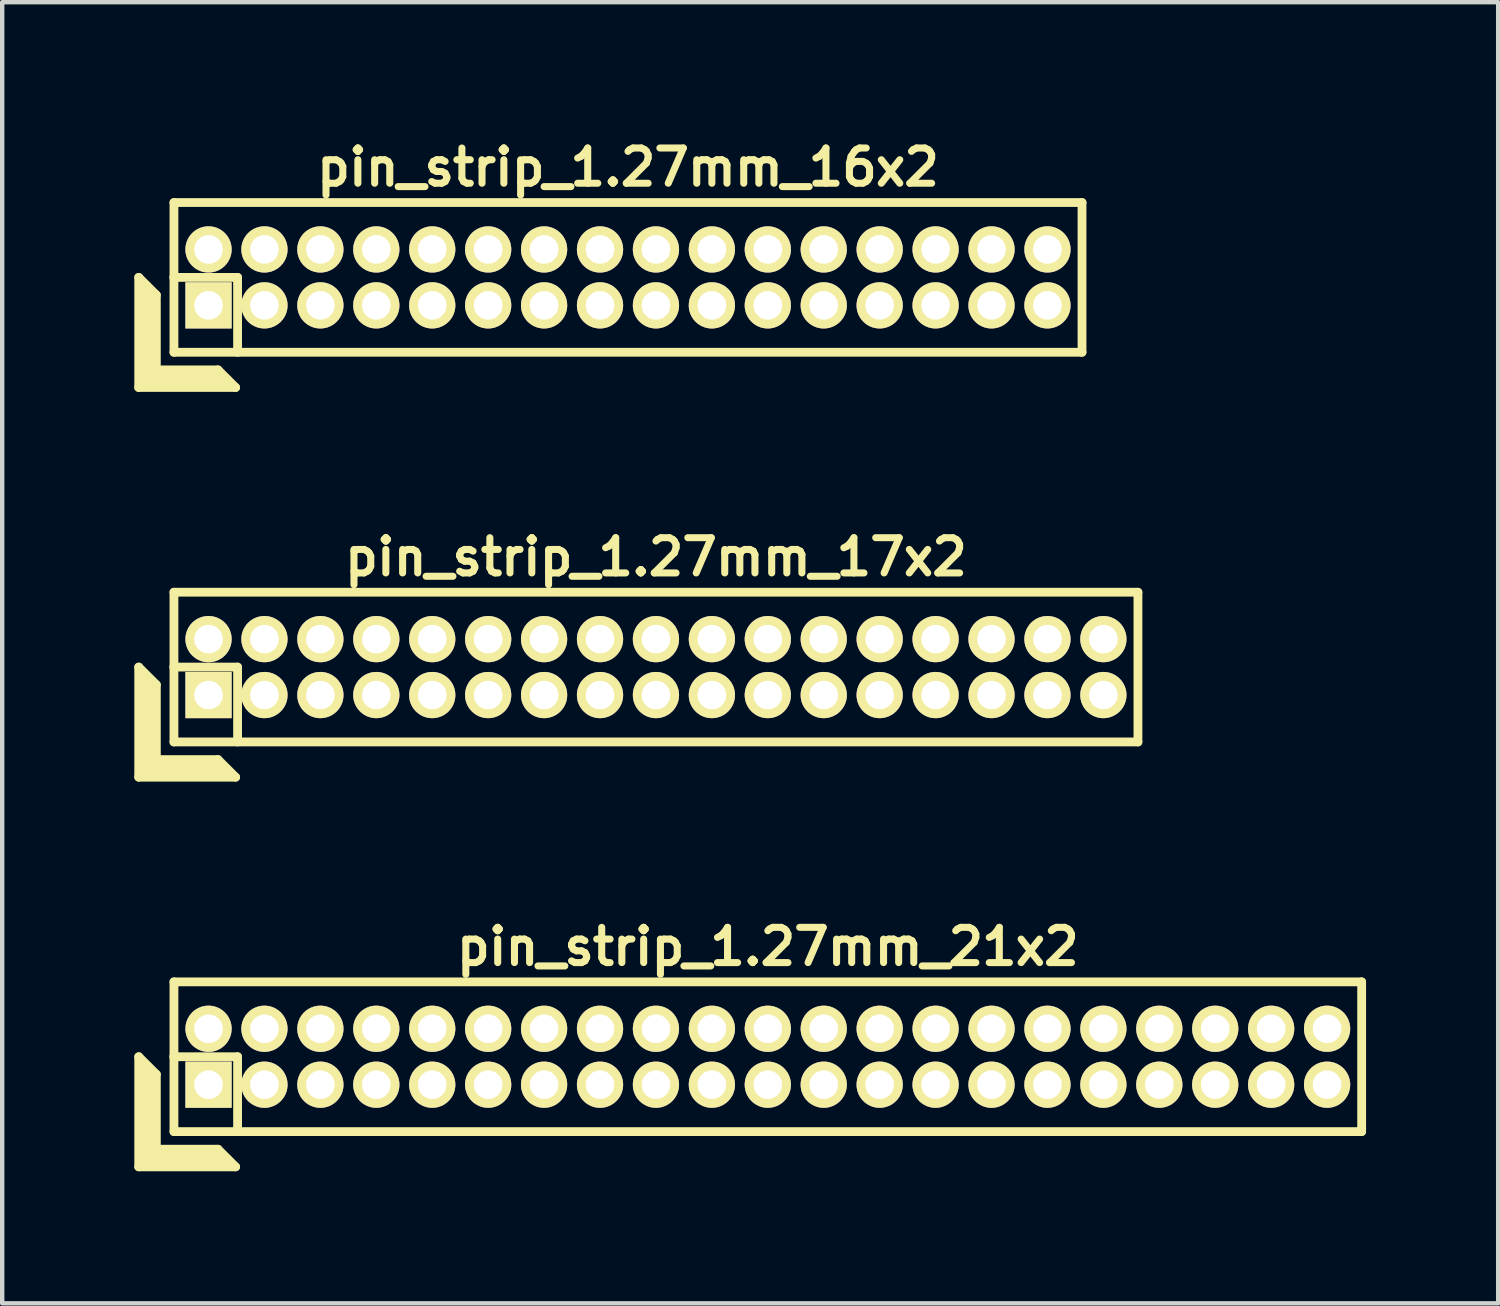
<source format=kicad_pcb>
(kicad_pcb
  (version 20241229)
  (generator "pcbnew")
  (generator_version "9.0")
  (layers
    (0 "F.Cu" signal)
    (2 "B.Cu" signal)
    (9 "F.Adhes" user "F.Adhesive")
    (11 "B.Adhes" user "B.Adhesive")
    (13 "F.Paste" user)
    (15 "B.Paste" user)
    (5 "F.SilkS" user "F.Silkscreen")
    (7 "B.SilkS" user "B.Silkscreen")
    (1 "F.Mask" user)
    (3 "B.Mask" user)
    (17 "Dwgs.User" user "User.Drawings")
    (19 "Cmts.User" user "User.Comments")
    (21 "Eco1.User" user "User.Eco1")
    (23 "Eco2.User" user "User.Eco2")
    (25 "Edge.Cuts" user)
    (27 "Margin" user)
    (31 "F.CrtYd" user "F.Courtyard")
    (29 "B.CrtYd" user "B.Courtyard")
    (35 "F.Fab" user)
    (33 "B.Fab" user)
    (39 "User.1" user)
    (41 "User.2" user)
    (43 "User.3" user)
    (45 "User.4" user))
  (footprint "pin_strip_1.27mm_21x2"
    (layer "F.Cu")
    (at 14.385 20.946)
    (property "Reference" "pin_strip_1.27mm_21x2" (at 0 -2.5 0) (layer "F.SilkS") (effects (font (size 0.8 0.8) (thickness 0.16))))
    (attr through_hole)
    (fp_line (start -14.285 0) (end -14.285 2.5) (stroke (width 0.2) (type solid)) (layer "F.SilkS"))
    (fp_line (start -14.285 0) (end -13.885 0.4) (stroke (width 0.2) (type solid)) (layer "F.SilkS"))
    (fp_line (start -14.285 2.5) (end -12.085 2.5) (stroke (width 0.2) (type solid)) (layer "F.SilkS"))
    (fp_line (start -14.185 2.4) (end -14.185 0.2) (stroke (width 0.2) (type solid)) (layer "F.SilkS"))
    (fp_line (start -14.185 2.4) (end -12.285 2.4) (stroke (width 0.2) (type solid)) (layer "F.SilkS"))
    (fp_line (start -14.085 2.3) (end -14.085 0.3) (stroke (width 0.2) (type solid)) (layer "F.SilkS"))
    (fp_line (start -14.085 2.3) (end -12.385 2.3) (stroke (width 0.2) (type solid)) (layer "F.SilkS"))
    (fp_line (start -13.985 2.2) (end -13.985 0.4) (stroke (width 0.2) (type solid)) (layer "F.SilkS"))
    (fp_line (start -13.985 2.2) (end -12.485 2.2) (stroke (width 0.2) (type solid)) (layer "F.SilkS"))
    (fp_line (start -13.885 2.1) (end -13.885 0.4) (stroke (width 0.2) (type solid)) (layer "F.SilkS"))
    (fp_line (start -13.885 2.1) (end -12.485 2.1) (stroke (width 0.2) (type solid)) (layer "F.SilkS"))
    (fp_line (start -13.49 0) (end -12.04 0) (stroke (width 0.2) (type solid)) (layer "F.SilkS"))
    (fp_line (start -13.485 -1.7) (end 13.485 -1.7) (stroke (width 0.2) (type solid)) (layer "F.SilkS"))
    (fp_line (start -13.485 1.7) (end -13.485 -1.7) (stroke (width 0.2) (type solid)) (layer "F.SilkS"))
    (fp_line (start -12.485 2.1) (end -12.085 2.5) (stroke (width 0.2) (type solid)) (layer "F.SilkS"))
    (fp_line (start -12.04 0) (end -12.04 1.7) (stroke (width 0.2) (type solid)) (layer "F.SilkS"))
    (fp_line (start 13.485 -1.7) (end 13.485 1.7) (stroke (width 0.2) (type solid)) (layer "F.SilkS"))
    (fp_line (start 13.485 1.7) (end -13.485 1.7) (stroke (width 0.2) (type solid)) (layer "F.SilkS"))
    (pad "1" thru_hole rect (at -12.7 0.635) (size 1.05 1.05) (drill 0.65) (layers "*.Cu" "*.Mask" "F.SilkS"))
    (pad "2" thru_hole oval (at -12.7 -0.635) (size 1.05 1.05) (drill 0.65) (layers "*.Cu" "*.Mask" "F.SilkS"))
    (pad "3" thru_hole oval (at -11.43 0.635) (size 1.05 1.05) (drill 0.65) (layers "*.Cu" "*.Mask" "F.SilkS"))
    (pad "4" thru_hole oval (at -11.43 -0.635) (size 1.05 1.05) (drill 0.65) (layers "*.Cu" "*.Mask" "F.SilkS"))
    (pad "5" thru_hole oval (at -10.16 0.635) (size 1.05 1.05) (drill 0.65) (layers "*.Cu" "*.Mask" "F.SilkS"))
    (pad "6" thru_hole oval (at -10.16 -0.635) (size 1.05 1.05) (drill 0.65) (layers "*.Cu" "*.Mask" "F.SilkS"))
    (pad "7" thru_hole oval (at -8.89 0.635) (size 1.05 1.05) (drill 0.65) (layers "*.Cu" "*.Mask" "F.SilkS"))
    (pad "8" thru_hole oval (at -8.89 -0.635) (size 1.05 1.05) (drill 0.65) (layers "*.Cu" "*.Mask" "F.SilkS"))
    (pad "9" thru_hole oval (at -7.62 0.635) (size 1.05 1.05) (drill 0.65) (layers "*.Cu" "*.Mask" "F.SilkS"))
    (pad "10" thru_hole oval (at -7.62 -0.635) (size 1.05 1.05) (drill 0.65) (layers "*.Cu" "*.Mask" "F.SilkS"))
    (pad "11" thru_hole oval (at -6.35 0.635) (size 1.05 1.05) (drill 0.65) (layers "*.Cu" "*.Mask" "F.SilkS"))
    (pad "12" thru_hole oval (at -6.35 -0.635) (size 1.05 1.05) (drill 0.65) (layers "*.Cu" "*.Mask" "F.SilkS"))
    (pad "13" thru_hole oval (at -5.08 0.635) (size 1.05 1.05) (drill 0.65) (layers "*.Cu" "*.Mask" "F.SilkS"))
    (pad "14" thru_hole oval (at -5.08 -0.635) (size 1.05 1.05) (drill 0.65) (layers "*.Cu" "*.Mask" "F.SilkS"))
    (pad "15" thru_hole oval (at -3.81 0.635) (size 1.05 1.05) (drill 0.65) (layers "*.Cu" "*.Mask" "F.SilkS"))
    (pad "16" thru_hole oval (at -3.81 -0.635) (size 1.05 1.05) (drill 0.65) (layers "*.Cu" "*.Mask" "F.SilkS"))
    (pad "17" thru_hole oval (at -2.54 0.635) (size 1.05 1.05) (drill 0.65) (layers "*.Cu" "*.Mask" "F.SilkS"))
    (pad "18" thru_hole oval (at -2.54 -0.635) (size 1.05 1.05) (drill 0.65) (layers "*.Cu" "*.Mask" "F.SilkS"))
    (pad "19" thru_hole oval (at -1.27 0.635) (size 1.05 1.05) (drill 0.65) (layers "*.Cu" "*.Mask" "F.SilkS"))
    (pad "20" thru_hole oval (at -1.27 -0.635) (size 1.05 1.05) (drill 0.65) (layers "*.Cu" "*.Mask" "F.SilkS"))
    (pad "21" thru_hole oval (at 0 0.635) (size 1.05 1.05) (drill 0.65) (layers "*.Cu" "*.Mask" "F.SilkS"))
    (pad "22" thru_hole oval (at 0 -0.635) (size 1.05 1.05) (drill 0.65) (layers "*.Cu" "*.Mask" "F.SilkS"))
    (pad "23" thru_hole oval (at 1.27 0.635) (size 1.05 1.05) (drill 0.65) (layers "*.Cu" "*.Mask" "F.SilkS"))
    (pad "24" thru_hole oval (at 1.27 -0.635) (size 1.05 1.05) (drill 0.65) (layers "*.Cu" "*.Mask" "F.SilkS"))
    (pad "25" thru_hole oval (at 2.54 0.635) (size 1.05 1.05) (drill 0.65) (layers "*.Cu" "*.Mask" "F.SilkS"))
    (pad "26" thru_hole oval (at 2.54 -0.635) (size 1.05 1.05) (drill 0.65) (layers "*.Cu" "*.Mask" "F.SilkS"))
    (pad "27" thru_hole oval (at 3.81 0.635) (size 1.05 1.05) (drill 0.65) (layers "*.Cu" "*.Mask" "F.SilkS"))
    (pad "28" thru_hole oval (at 3.81 -0.635) (size 1.05 1.05) (drill 0.65) (layers "*.Cu" "*.Mask" "F.SilkS"))
    (pad "29" thru_hole oval (at 5.08 0.635) (size 1.05 1.05) (drill 0.65) (layers "*.Cu" "*.Mask" "F.SilkS"))
    (pad "30" thru_hole oval (at 5.08 -0.635) (size 1.05 1.05) (drill 0.65) (layers "*.Cu" "*.Mask" "F.SilkS"))
    (pad "31" thru_hole oval (at 6.35 0.635) (size 1.05 1.05) (drill 0.65) (layers "*.Cu" "*.Mask" "F.SilkS"))
    (pad "32" thru_hole oval (at 6.35 -0.635) (size 1.05 1.05) (drill 0.65) (layers "*.Cu" "*.Mask" "F.SilkS"))
    (pad "33" thru_hole oval (at 7.62 0.635) (size 1.05 1.05) (drill 0.65) (layers "*.Cu" "*.Mask" "F.SilkS"))
    (pad "34" thru_hole oval (at 7.62 -0.635) (size 1.05 1.05) (drill 0.65) (layers "*.Cu" "*.Mask" "F.SilkS"))
    (pad "35" thru_hole oval (at 8.89 0.635) (size 1.05 1.05) (drill 0.65) (layers "*.Cu" "*.Mask" "F.SilkS"))
    (pad "36" thru_hole oval (at 8.89 -0.635) (size 1.05 1.05) (drill 0.65) (layers "*.Cu" "*.Mask" "F.SilkS"))
    (pad "37" thru_hole oval (at 10.16 0.635) (size 1.05 1.05) (drill 0.65) (layers "*.Cu" "*.Mask" "F.SilkS"))
    (pad "38" thru_hole oval (at 10.16 -0.635) (size 1.05 1.05) (drill 0.65) (layers "*.Cu" "*.Mask" "F.SilkS"))
    (pad "39" thru_hole oval (at 11.43 0.635) (size 1.05 1.05) (drill 0.65) (layers "*.Cu" "*.Mask" "F.SilkS"))
    (pad "40" thru_hole oval (at 11.43 -0.635) (size 1.05 1.05) (drill 0.65) (layers "*.Cu" "*.Mask" "F.SilkS"))
    (pad "41" thru_hole oval (at 12.7 0.635) (size 1.05 1.05) (drill 0.65) (layers "*.Cu" "*.Mask" "F.SilkS"))
    (pad "42" thru_hole oval (at 12.7 -0.635) (size 1.05 1.05) (drill 0.65) (layers "*.Cu" "*.Mask" "F.SilkS")))
  (footprint "pin_strip_1.27mm_17x2"
    (layer "F.Cu")
    (at 11.845 12.098)
    (property "Reference" "pin_strip_1.27mm_17x2" (at 0 -2.5 0) (layer "F.SilkS") (effects (font (size 0.8 0.8) (thickness 0.16))))
    (attr through_hole)
    (fp_line (start -11.745 0) (end -11.745 2.5) (stroke (width 0.2) (type solid)) (layer "F.SilkS"))
    (fp_line (start -11.745 0) (end -11.345 0.4) (stroke (width 0.2) (type solid)) (layer "F.SilkS"))
    (fp_line (start -11.745 2.5) (end -9.545 2.5) (stroke (width 0.2) (type solid)) (layer "F.SilkS"))
    (fp_line (start -11.645 2.4) (end -11.645 0.2) (stroke (width 0.2) (type solid)) (layer "F.SilkS"))
    (fp_line (start -11.645 2.4) (end -9.745 2.4) (stroke (width 0.2) (type solid)) (layer "F.SilkS"))
    (fp_line (start -11.545 2.3) (end -11.545 0.3) (stroke (width 0.2) (type solid)) (layer "F.SilkS"))
    (fp_line (start -11.545 2.3) (end -9.845 2.3) (stroke (width 0.2) (type solid)) (layer "F.SilkS"))
    (fp_line (start -11.445 2.2) (end -11.445 0.4) (stroke (width 0.2) (type solid)) (layer "F.SilkS"))
    (fp_line (start -11.445 2.2) (end -9.945 2.2) (stroke (width 0.2) (type solid)) (layer "F.SilkS"))
    (fp_line (start -11.345 2.1) (end -11.345 0.4) (stroke (width 0.2) (type solid)) (layer "F.SilkS"))
    (fp_line (start -11.345 2.1) (end -9.945 2.1) (stroke (width 0.2) (type solid)) (layer "F.SilkS"))
    (fp_line (start -10.95 0) (end -9.5 0) (stroke (width 0.2) (type solid)) (layer "F.SilkS"))
    (fp_line (start -10.945 -1.7) (end 10.945 -1.7) (stroke (width 0.2) (type solid)) (layer "F.SilkS"))
    (fp_line (start -10.945 1.7) (end -10.945 -1.7) (stroke (width 0.2) (type solid)) (layer "F.SilkS"))
    (fp_line (start -9.945 2.1) (end -9.545 2.5) (stroke (width 0.2) (type solid)) (layer "F.SilkS"))
    (fp_line (start -9.5 0) (end -9.5 1.7) (stroke (width 0.2) (type solid)) (layer "F.SilkS"))
    (fp_line (start 10.945 -1.7) (end 10.945 1.7) (stroke (width 0.2) (type solid)) (layer "F.SilkS"))
    (fp_line (start 10.945 1.7) (end -10.945 1.7) (stroke (width 0.2) (type solid)) (layer "F.SilkS"))
    (pad "1" thru_hole rect (at -10.16 0.635) (size 1.05 1.05) (drill 0.65) (layers "*.Cu" "*.Mask" "F.SilkS"))
    (pad "2" thru_hole oval (at -10.16 -0.635) (size 1.05 1.05) (drill 0.65) (layers "*.Cu" "*.Mask" "F.SilkS"))
    (pad "3" thru_hole oval (at -8.89 0.635) (size 1.05 1.05) (drill 0.65) (layers "*.Cu" "*.Mask" "F.SilkS"))
    (pad "4" thru_hole oval (at -8.89 -0.635) (size 1.05 1.05) (drill 0.65) (layers "*.Cu" "*.Mask" "F.SilkS"))
    (pad "5" thru_hole oval (at -7.62 0.635) (size 1.05 1.05) (drill 0.65) (layers "*.Cu" "*.Mask" "F.SilkS"))
    (pad "6" thru_hole oval (at -7.62 -0.635) (size 1.05 1.05) (drill 0.65) (layers "*.Cu" "*.Mask" "F.SilkS"))
    (pad "7" thru_hole oval (at -6.35 0.635) (size 1.05 1.05) (drill 0.65) (layers "*.Cu" "*.Mask" "F.SilkS"))
    (pad "8" thru_hole oval (at -6.35 -0.635) (size 1.05 1.05) (drill 0.65) (layers "*.Cu" "*.Mask" "F.SilkS"))
    (pad "9" thru_hole oval (at -5.08 0.635) (size 1.05 1.05) (drill 0.65) (layers "*.Cu" "*.Mask" "F.SilkS"))
    (pad "10" thru_hole oval (at -5.08 -0.635) (size 1.05 1.05) (drill 0.65) (layers "*.Cu" "*.Mask" "F.SilkS"))
    (pad "11" thru_hole oval (at -3.81 0.635) (size 1.05 1.05) (drill 0.65) (layers "*.Cu" "*.Mask" "F.SilkS"))
    (pad "12" thru_hole oval (at -3.81 -0.635) (size 1.05 1.05) (drill 0.65) (layers "*.Cu" "*.Mask" "F.SilkS"))
    (pad "13" thru_hole oval (at -2.54 0.635) (size 1.05 1.05) (drill 0.65) (layers "*.Cu" "*.Mask" "F.SilkS"))
    (pad "14" thru_hole oval (at -2.54 -0.635) (size 1.05 1.05) (drill 0.65) (layers "*.Cu" "*.Mask" "F.SilkS"))
    (pad "15" thru_hole oval (at -1.27 0.635) (size 1.05 1.05) (drill 0.65) (layers "*.Cu" "*.Mask" "F.SilkS"))
    (pad "16" thru_hole oval (at -1.27 -0.635) (size 1.05 1.05) (drill 0.65) (layers "*.Cu" "*.Mask" "F.SilkS"))
    (pad "17" thru_hole oval (at 0 0.635) (size 1.05 1.05) (drill 0.65) (layers "*.Cu" "*.Mask" "F.SilkS"))
    (pad "18" thru_hole oval (at 0 -0.635) (size 1.05 1.05) (drill 0.65) (layers "*.Cu" "*.Mask" "F.SilkS"))
    (pad "19" thru_hole oval (at 1.27 0.635) (size 1.05 1.05) (drill 0.65) (layers "*.Cu" "*.Mask" "F.SilkS"))
    (pad "20" thru_hole oval (at 1.27 -0.635) (size 1.05 1.05) (drill 0.65) (layers "*.Cu" "*.Mask" "F.SilkS"))
    (pad "21" thru_hole oval (at 2.54 0.635) (size 1.05 1.05) (drill 0.65) (layers "*.Cu" "*.Mask" "F.SilkS"))
    (pad "22" thru_hole oval (at 2.54 -0.635) (size 1.05 1.05) (drill 0.65) (layers "*.Cu" "*.Mask" "F.SilkS"))
    (pad "23" thru_hole oval (at 3.81 0.635) (size 1.05 1.05) (drill 0.65) (layers "*.Cu" "*.Mask" "F.SilkS"))
    (pad "24" thru_hole oval (at 3.81 -0.635) (size 1.05 1.05) (drill 0.65) (layers "*.Cu" "*.Mask" "F.SilkS"))
    (pad "25" thru_hole oval (at 5.08 0.635) (size 1.05 1.05) (drill 0.65) (layers "*.Cu" "*.Mask" "F.SilkS"))
    (pad "26" thru_hole oval (at 5.08 -0.635) (size 1.05 1.05) (drill 0.65) (layers "*.Cu" "*.Mask" "F.SilkS"))
    (pad "27" thru_hole oval (at 6.35 0.635) (size 1.05 1.05) (drill 0.65) (layers "*.Cu" "*.Mask" "F.SilkS"))
    (pad "28" thru_hole oval (at 6.35 -0.635) (size 1.05 1.05) (drill 0.65) (layers "*.Cu" "*.Mask" "F.SilkS"))
    (pad "29" thru_hole oval (at 7.62 0.635) (size 1.05 1.05) (drill 0.65) (layers "*.Cu" "*.Mask" "F.SilkS"))
    (pad "30" thru_hole oval (at 7.62 -0.635) (size 1.05 1.05) (drill 0.65) (layers "*.Cu" "*.Mask" "F.SilkS"))
    (pad "31" thru_hole oval (at 8.89 0.635) (size 1.05 1.05) (drill 0.65) (layers "*.Cu" "*.Mask" "F.SilkS"))
    (pad "32" thru_hole oval (at 8.89 -0.635) (size 1.05 1.05) (drill 0.65) (layers "*.Cu" "*.Mask" "F.SilkS"))
    (pad "33" thru_hole oval (at 10.16 0.635) (size 1.05 1.05) (drill 0.65) (layers "*.Cu" "*.Mask" "F.SilkS"))
    (pad "34" thru_hole oval (at 10.16 -0.635) (size 1.05 1.05) (drill 0.65) (layers "*.Cu" "*.Mask" "F.SilkS")))
  (footprint "pin_strip_1.27mm_16x2"
    (layer "F.Cu")
    (at 11.21 3.249)
    (property "Reference" "pin_strip_1.27mm_16x2" (at 0 -2.5 0) (layer "F.SilkS") (effects (font (size 0.8 0.8) (thickness 0.16))))
    (attr through_hole)
    (fp_line (start -11.11 0) (end -11.11 2.5) (stroke (width 0.2) (type solid)) (layer "F.SilkS"))
    (fp_line (start -11.11 0) (end -10.71 0.4) (stroke (width 0.2) (type solid)) (layer "F.SilkS"))
    (fp_line (start -11.11 2.5) (end -8.91 2.5) (stroke (width 0.2) (type solid)) (layer "F.SilkS"))
    (fp_line (start -11.01 2.4) (end -11.01 0.2) (stroke (width 0.2) (type solid)) (layer "F.SilkS"))
    (fp_line (start -11.01 2.4) (end -9.11 2.4) (stroke (width 0.2) (type solid)) (layer "F.SilkS"))
    (fp_line (start -10.91 2.3) (end -10.91 0.3) (stroke (width 0.2) (type solid)) (layer "F.SilkS"))
    (fp_line (start -10.91 2.3) (end -9.21 2.3) (stroke (width 0.2) (type solid)) (layer "F.SilkS"))
    (fp_line (start -10.81 2.2) (end -10.81 0.4) (stroke (width 0.2) (type solid)) (layer "F.SilkS"))
    (fp_line (start -10.81 2.2) (end -9.31 2.2) (stroke (width 0.2) (type solid)) (layer "F.SilkS"))
    (fp_line (start -10.71 2.1) (end -10.71 0.4) (stroke (width 0.2) (type solid)) (layer "F.SilkS"))
    (fp_line (start -10.71 2.1) (end -9.31 2.1) (stroke (width 0.2) (type solid)) (layer "F.SilkS"))
    (fp_line (start -10.315 0) (end -8.865 0) (stroke (width 0.2) (type solid)) (layer "F.SilkS"))
    (fp_line (start -10.31 -1.7) (end 10.31 -1.7) (stroke (width 0.2) (type solid)) (layer "F.SilkS"))
    (fp_line (start -10.31 1.7) (end -10.31 -1.7) (stroke (width 0.2) (type solid)) (layer "F.SilkS"))
    (fp_line (start -9.31 2.1) (end -8.91 2.5) (stroke (width 0.2) (type solid)) (layer "F.SilkS"))
    (fp_line (start -8.865 0) (end -8.865 1.7) (stroke (width 0.2) (type solid)) (layer "F.SilkS"))
    (fp_line (start 10.31 -1.7) (end 10.31 1.7) (stroke (width 0.2) (type solid)) (layer "F.SilkS"))
    (fp_line (start 10.31 1.7) (end -10.31 1.7) (stroke (width 0.2) (type solid)) (layer "F.SilkS"))
    (pad "1" thru_hole rect (at -9.525 0.635) (size 1.05 1.05) (drill 0.65) (layers "*.Cu" "*.Mask" "F.SilkS"))
    (pad "2" thru_hole oval (at -9.525 -0.635) (size 1.05 1.05) (drill 0.65) (layers "*.Cu" "*.Mask" "F.SilkS"))
    (pad "3" thru_hole oval (at -8.255 0.635) (size 1.05 1.05) (drill 0.65) (layers "*.Cu" "*.Mask" "F.SilkS"))
    (pad "4" thru_hole oval (at -8.255 -0.635) (size 1.05 1.05) (drill 0.65) (layers "*.Cu" "*.Mask" "F.SilkS"))
    (pad "5" thru_hole oval (at -6.985 0.635) (size 1.05 1.05) (drill 0.65) (layers "*.Cu" "*.Mask" "F.SilkS"))
    (pad "6" thru_hole oval (at -6.985 -0.635) (size 1.05 1.05) (drill 0.65) (layers "*.Cu" "*.Mask" "F.SilkS"))
    (pad "7" thru_hole oval (at -5.715 0.635) (size 1.05 1.05) (drill 0.65) (layers "*.Cu" "*.Mask" "F.SilkS"))
    (pad "8" thru_hole oval (at -5.715 -0.635) (size 1.05 1.05) (drill 0.65) (layers "*.Cu" "*.Mask" "F.SilkS"))
    (pad "9" thru_hole oval (at -4.445 0.635) (size 1.05 1.05) (drill 0.65) (layers "*.Cu" "*.Mask" "F.SilkS"))
    (pad "10" thru_hole oval (at -4.445 -0.635) (size 1.05 1.05) (drill 0.65) (layers "*.Cu" "*.Mask" "F.SilkS"))
    (pad "11" thru_hole oval (at -3.175 0.635) (size 1.05 1.05) (drill 0.65) (layers "*.Cu" "*.Mask" "F.SilkS"))
    (pad "12" thru_hole oval (at -3.175 -0.635) (size 1.05 1.05) (drill 0.65) (layers "*.Cu" "*.Mask" "F.SilkS"))
    (pad "13" thru_hole oval (at -1.905 0.635) (size 1.05 1.05) (drill 0.65) (layers "*.Cu" "*.Mask" "F.SilkS"))
    (pad "14" thru_hole oval (at -1.905 -0.635) (size 1.05 1.05) (drill 0.65) (layers "*.Cu" "*.Mask" "F.SilkS"))
    (pad "15" thru_hole oval (at -0.635 0.635) (size 1.05 1.05) (drill 0.65) (layers "*.Cu" "*.Mask" "F.SilkS"))
    (pad "16" thru_hole oval (at -0.635 -0.635) (size 1.05 1.05) (drill 0.65) (layers "*.Cu" "*.Mask" "F.SilkS"))
    (pad "17" thru_hole oval (at 0.635 0.635) (size 1.05 1.05) (drill 0.65) (layers "*.Cu" "*.Mask" "F.SilkS"))
    (pad "18" thru_hole oval (at 0.635 -0.635) (size 1.05 1.05) (drill 0.65) (layers "*.Cu" "*.Mask" "F.SilkS"))
    (pad "19" thru_hole oval (at 1.905 0.635) (size 1.05 1.05) (drill 0.65) (layers "*.Cu" "*.Mask" "F.SilkS"))
    (pad "20" thru_hole oval (at 1.905 -0.635) (size 1.05 1.05) (drill 0.65) (layers "*.Cu" "*.Mask" "F.SilkS"))
    (pad "21" thru_hole oval (at 3.175 0.635) (size 1.05 1.05) (drill 0.65) (layers "*.Cu" "*.Mask" "F.SilkS"))
    (pad "22" thru_hole oval (at 3.175 -0.635) (size 1.05 1.05) (drill 0.65) (layers "*.Cu" "*.Mask" "F.SilkS"))
    (pad "23" thru_hole oval (at 4.445 0.635) (size 1.05 1.05) (drill 0.65) (layers "*.Cu" "*.Mask" "F.SilkS"))
    (pad "24" thru_hole oval (at 4.445 -0.635) (size 1.05 1.05) (drill 0.65) (layers "*.Cu" "*.Mask" "F.SilkS"))
    (pad "25" thru_hole oval (at 5.715 0.635) (size 1.05 1.05) (drill 0.65) (layers "*.Cu" "*.Mask" "F.SilkS"))
    (pad "26" thru_hole oval (at 5.715 -0.635) (size 1.05 1.05) (drill 0.65) (layers "*.Cu" "*.Mask" "F.SilkS"))
    (pad "27" thru_hole oval (at 6.985 0.635) (size 1.05 1.05) (drill 0.65) (layers "*.Cu" "*.Mask" "F.SilkS"))
    (pad "28" thru_hole oval (at 6.985 -0.635) (size 1.05 1.05) (drill 0.65) (layers "*.Cu" "*.Mask" "F.SilkS"))
    (pad "29" thru_hole oval (at 8.255 0.635) (size 1.05 1.05) (drill 0.65) (layers "*.Cu" "*.Mask" "F.SilkS"))
    (pad "30" thru_hole oval (at 8.255 -0.635) (size 1.05 1.05) (drill 0.65) (layers "*.Cu" "*.Mask" "F.SilkS"))
    (pad "31" thru_hole oval (at 9.525 0.635) (size 1.05 1.05) (drill 0.65) (layers "*.Cu" "*.Mask" "F.SilkS"))
    (pad "32" thru_hole oval (at 9.525 -0.635) (size 1.05 1.05) (drill 0.65) (layers "*.Cu" "*.Mask" "F.SilkS")))
  (gr_rect
    (start -3 -3)
    (end 30.97 26.546)
    (stroke (width 0.1) (type default))
    (fill no)
    (layer "Edge.Cuts")))
</source>
